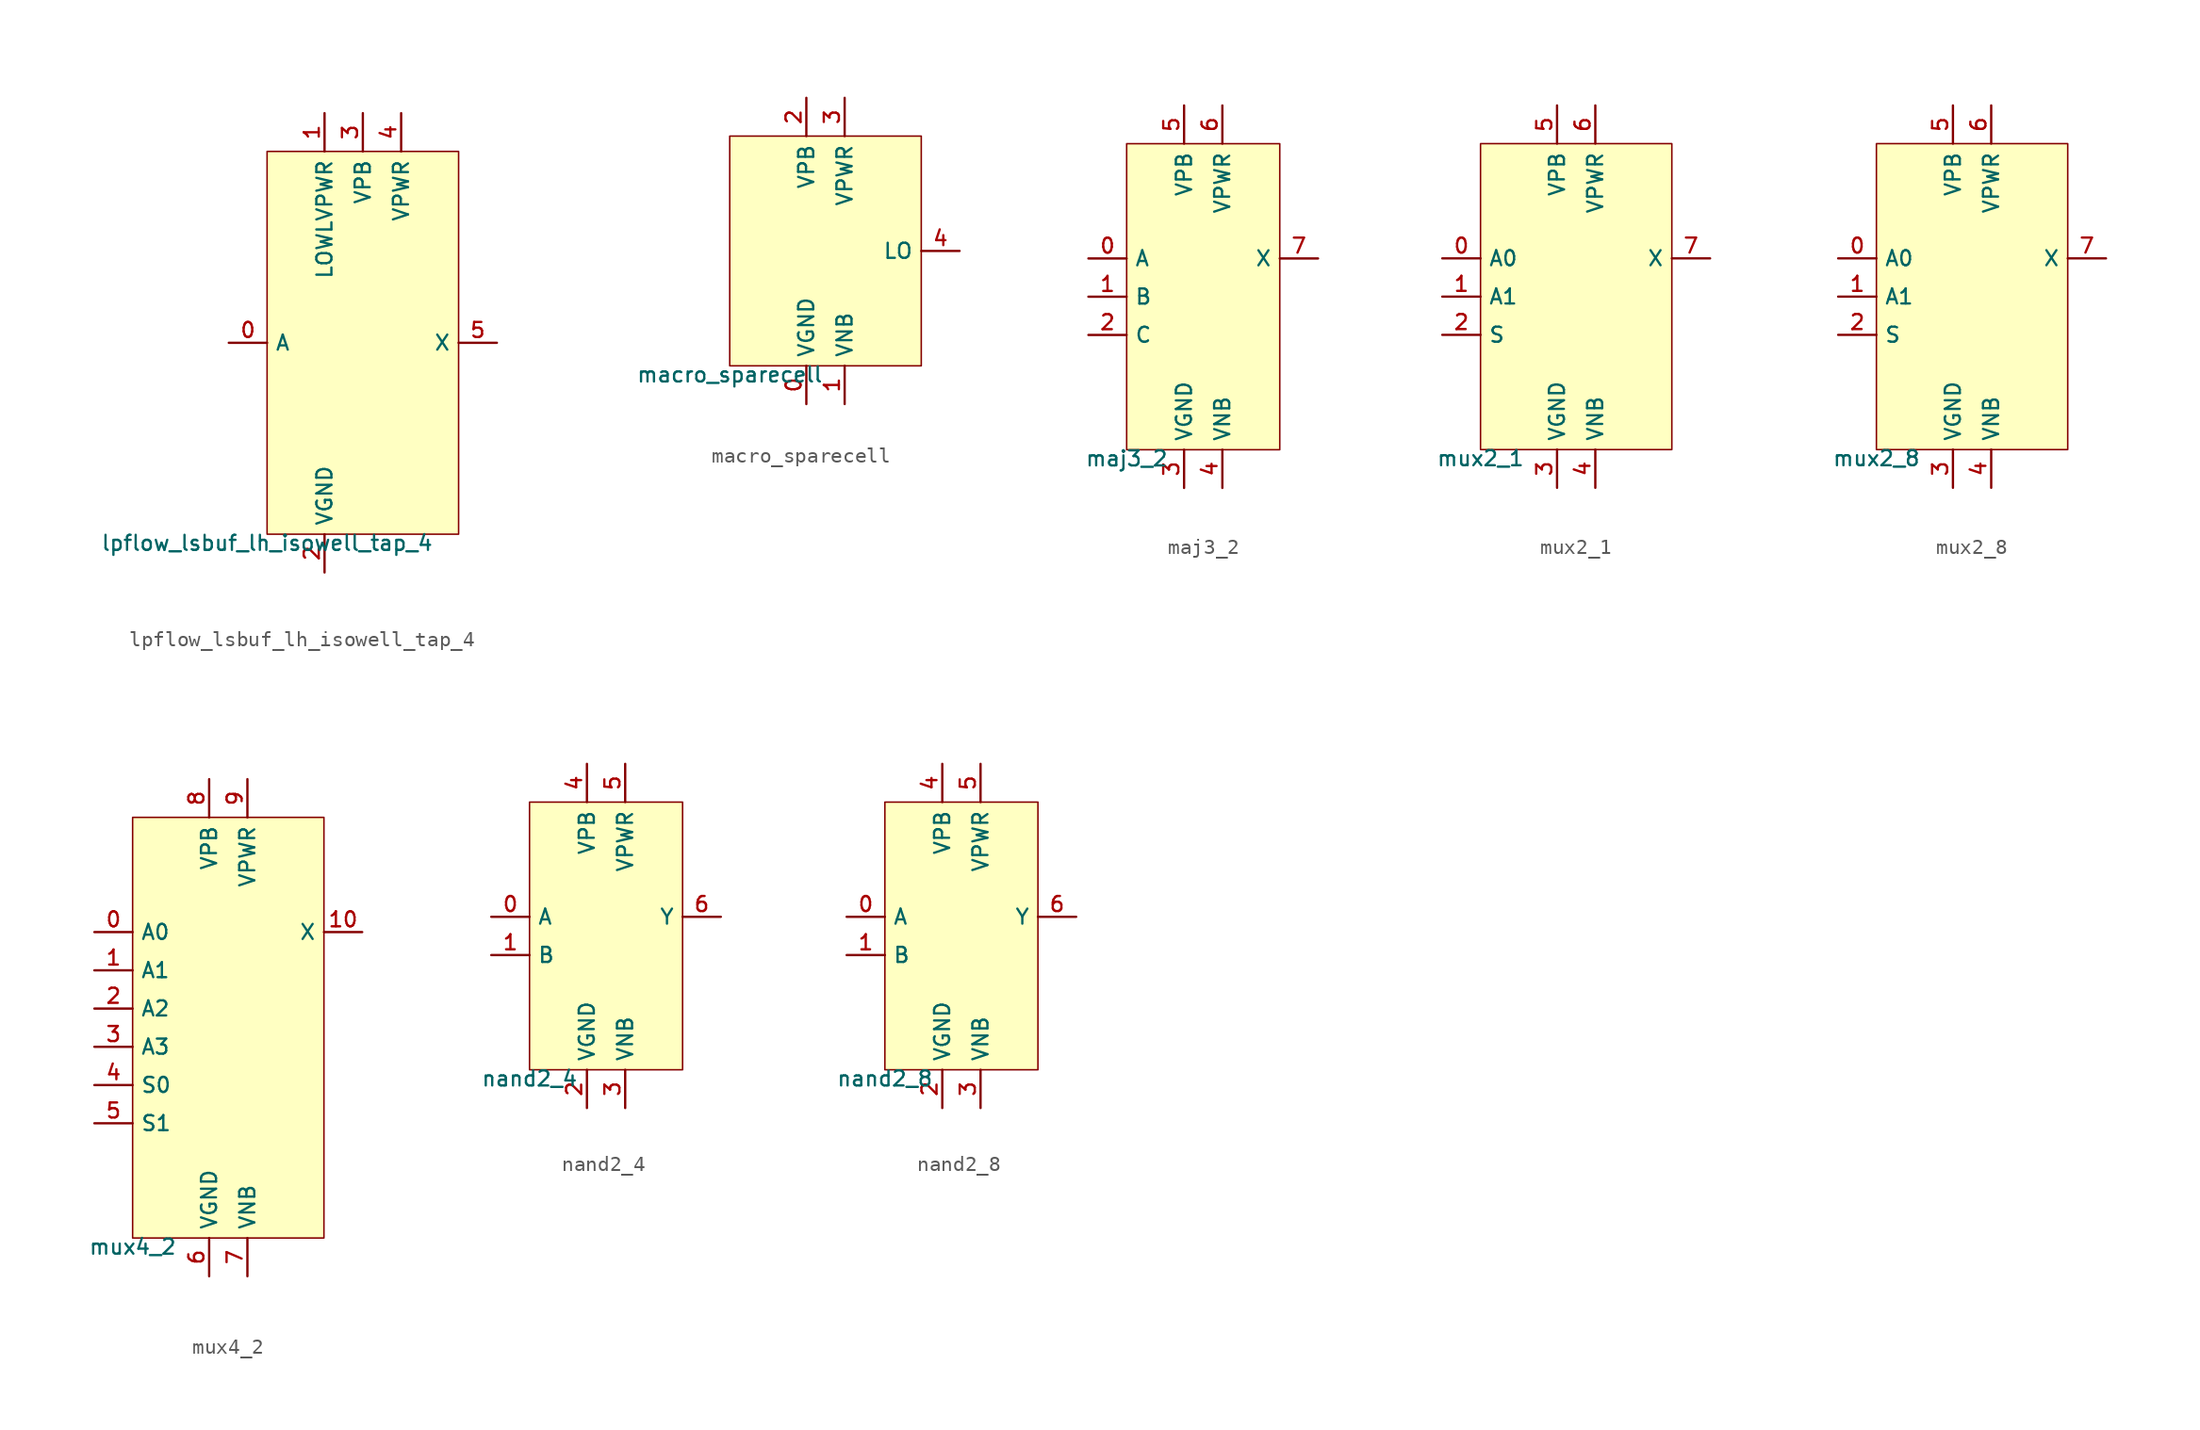
<source format=kicad_sym>
(kicad_symbol_lib
  (version 20211014)
  (generator pdk2kicad)
  (symbol "lpflow_lsbuf_lh_isowell_tap_4"
    (property "Reference" "X"
      (at 0 0 0)
      (effects (font (size 1 1)) hide))
    (property "Value" "lpflow_lsbuf_lh_isowell_tap_4"
      (at -6.35 -12.7 0)
      (effects (font (size 1 1)) (justify top)))
    (rectangle
      (start -6.35 -12.7)
      (end 6.35 12.7)
      (stroke (width 0.1) (type solid) (color 0 0 0 0))
      (fill (type background)))
    (pin input line
      (at -8.89 0.0 0)
      (length 2.54)
      (name "A" (effects (font (size 1 1)) hide))
      (number "0" (effects (font (size 1 1)) hide)))
    (pin power_in line
      (at -2.54 15.24 270)
      (length 2.54)
      (name "LOWLVPWR" (effects (font (size 1 1)) hide))
      (number "1" (effects (font (size 1 1)) hide)))
    (pin power_in line
      (at -2.54 -15.24 90)
      (length 2.54)
      (name "VGND" (effects (font (size 1 1)) hide))
      (number "2" (effects (font (size 1 1)) hide)))
    (pin power_in line
      (at 4.440892098500626e-16 15.24 270)
      (length 2.54)
      (name "VPB" (effects (font (size 1 1)) hide))
      (number "3" (effects (font (size 1 1)) hide)))
    (pin power_in line
      (at 2.54 15.24 270)
      (length 2.54)
      (name "VPWR" (effects (font (size 1 1)) hide))
      (number "4" (effects (font (size 1 1)) hide)))
    (pin output line
      (at 8.89 0.0 180)
      (length 2.54)
      (name "X" (effects (font (size 1 1)) hide))
      (number "5" (effects (font (size 1 1)) hide))))
  (symbol "macro_sparecell"
    (property "Reference" "X"
      (at 0 0 0)
      (effects (font (size 1 1)) hide))
    (property "Value" "macro_sparecell"
      (at -6.35 -7.62 0)
      (effects (font (size 1 1)) (justify top)))
    (rectangle
      (start -6.35 -7.62)
      (end 6.35 7.62)
      (stroke (width 0.1) (type solid) (color 0 0 0 0))
      (fill (type background)))
    (pin power_in line
      (at -1.27 -10.16 90)
      (length 2.54)
      (name "VGND" (effects (font (size 1 1)) hide))
      (number "0" (effects (font (size 1 1)) hide)))
    (pin power_in line
      (at 1.27 -10.16 90)
      (length 2.54)
      (name "VNB" (effects (font (size 1 1)) hide))
      (number "1" (effects (font (size 1 1)) hide)))
    (pin power_in line
      (at -1.27 10.16 270)
      (length 2.54)
      (name "VPB" (effects (font (size 1 1)) hide))
      (number "2" (effects (font (size 1 1)) hide)))
    (pin power_in line
      (at 1.27 10.16 270)
      (length 2.54)
      (name "VPWR" (effects (font (size 1 1)) hide))
      (number "3" (effects (font (size 1 1)) hide)))
    (pin output line
      (at 8.89 0.0 180)
      (length 2.54)
      (name "LO" (effects (font (size 1 1)) hide))
      (number "4" (effects (font (size 1 1)) hide))))
  (symbol "maj3_2"
    (property "Reference" "X"
      (at 0 0 0)
      (effects (font (size 1 1)) hide))
    (property "Value" "maj3_2"
      (at -5.08 -10.16 0)
      (effects (font (size 1 1)) (justify top)))
    (rectangle
      (start -5.08 -10.16)
      (end 5.08 10.16)
      (stroke (width 0.1) (type solid) (color 0 0 0 0))
      (fill (type background)))
    (pin input line
      (at -7.62 2.54 0)
      (length 2.54)
      (name "A" (effects (font (size 1 1)) hide))
      (number "0" (effects (font (size 1 1)) hide)))
    (pin input line
      (at -7.62 0.0 0)
      (length 2.54)
      (name "B" (effects (font (size 1 1)) hide))
      (number "1" (effects (font (size 1 1)) hide)))
    (pin input line
      (at -7.62 -2.54 0)
      (length 2.54)
      (name "C" (effects (font (size 1 1)) hide))
      (number "2" (effects (font (size 1 1)) hide)))
    (pin power_in line
      (at -1.27 -12.7 90)
      (length 2.54)
      (name "VGND" (effects (font (size 1 1)) hide))
      (number "3" (effects (font (size 1 1)) hide)))
    (pin power_in line
      (at 1.27 -12.7 90)
      (length 2.54)
      (name "VNB" (effects (font (size 1 1)) hide))
      (number "4" (effects (font (size 1 1)) hide)))
    (pin power_in line
      (at -1.27 12.7 270)
      (length 2.54)
      (name "VPB" (effects (font (size 1 1)) hide))
      (number "5" (effects (font (size 1 1)) hide)))
    (pin power_in line
      (at 1.27 12.7 270)
      (length 2.54)
      (name "VPWR" (effects (font (size 1 1)) hide))
      (number "6" (effects (font (size 1 1)) hide)))
    (pin output line
      (at 7.62 2.54 180)
      (length 2.54)
      (name "X" (effects (font (size 1 1)) hide))
      (number "7" (effects (font (size 1 1)) hide))))
  (symbol "mux2_1"
    (property "Reference" "X"
      (at 0 0 0)
      (effects (font (size 1 1)) hide))
    (property "Value" "mux2_1"
      (at -6.35 -10.16 0)
      (effects (font (size 1 1)) (justify top)))
    (rectangle
      (start -6.35 -10.16)
      (end 6.35 10.16)
      (stroke (width 0.1) (type solid) (color 0 0 0 0))
      (fill (type background)))
    (pin input line
      (at -8.89 2.54 0)
      (length 2.54)
      (name "A0" (effects (font (size 1 1)) hide))
      (number "0" (effects (font (size 1 1)) hide)))
    (pin input line
      (at -8.89 0.0 0)
      (length 2.54)
      (name "A1" (effects (font (size 1 1)) hide))
      (number "1" (effects (font (size 1 1)) hide)))
    (pin input line
      (at -8.89 -2.54 0)
      (length 2.54)
      (name "S" (effects (font (size 1 1)) hide))
      (number "2" (effects (font (size 1 1)) hide)))
    (pin power_in line
      (at -1.27 -12.7 90)
      (length 2.54)
      (name "VGND" (effects (font (size 1 1)) hide))
      (number "3" (effects (font (size 1 1)) hide)))
    (pin power_in line
      (at 1.27 -12.7 90)
      (length 2.54)
      (name "VNB" (effects (font (size 1 1)) hide))
      (number "4" (effects (font (size 1 1)) hide)))
    (pin power_in line
      (at -1.27 12.7 270)
      (length 2.54)
      (name "VPB" (effects (font (size 1 1)) hide))
      (number "5" (effects (font (size 1 1)) hide)))
    (pin power_in line
      (at 1.27 12.7 270)
      (length 2.54)
      (name "VPWR" (effects (font (size 1 1)) hide))
      (number "6" (effects (font (size 1 1)) hide)))
    (pin output line
      (at 8.89 2.54 180)
      (length 2.54)
      (name "X" (effects (font (size 1 1)) hide))
      (number "7" (effects (font (size 1 1)) hide))))
  (symbol "mux2_8"
    (property "Reference" "X"
      (at 0 0 0)
      (effects (font (size 1 1)) hide))
    (property "Value" "mux2_8"
      (at -6.35 -10.16 0)
      (effects (font (size 1 1)) (justify top)))
    (rectangle
      (start -6.35 -10.16)
      (end 6.35 10.16)
      (stroke (width 0.1) (type solid) (color 0 0 0 0))
      (fill (type background)))
    (pin input line
      (at -8.89 2.54 0)
      (length 2.54)
      (name "A0" (effects (font (size 1 1)) hide))
      (number "0" (effects (font (size 1 1)) hide)))
    (pin input line
      (at -8.89 0.0 0)
      (length 2.54)
      (name "A1" (effects (font (size 1 1)) hide))
      (number "1" (effects (font (size 1 1)) hide)))
    (pin input line
      (at -8.89 -2.54 0)
      (length 2.54)
      (name "S" (effects (font (size 1 1)) hide))
      (number "2" (effects (font (size 1 1)) hide)))
    (pin power_in line
      (at -1.27 -12.7 90)
      (length 2.54)
      (name "VGND" (effects (font (size 1 1)) hide))
      (number "3" (effects (font (size 1 1)) hide)))
    (pin power_in line
      (at 1.27 -12.7 90)
      (length 2.54)
      (name "VNB" (effects (font (size 1 1)) hide))
      (number "4" (effects (font (size 1 1)) hide)))
    (pin power_in line
      (at -1.27 12.7 270)
      (length 2.54)
      (name "VPB" (effects (font (size 1 1)) hide))
      (number "5" (effects (font (size 1 1)) hide)))
    (pin power_in line
      (at 1.27 12.7 270)
      (length 2.54)
      (name "VPWR" (effects (font (size 1 1)) hide))
      (number "6" (effects (font (size 1 1)) hide)))
    (pin output line
      (at 8.89 2.54 180)
      (length 2.54)
      (name "X" (effects (font (size 1 1)) hide))
      (number "7" (effects (font (size 1 1)) hide))))
  (symbol "mux4_2"
    (property "Reference" "X"
      (at 0 0 0)
      (effects (font (size 1 1)) hide))
    (property "Value" "mux4_2"
      (at -6.35 -13.97 0)
      (effects (font (size 1 1)) (justify top)))
    (rectangle
      (start -6.35 -13.97)
      (end 6.35 13.97)
      (stroke (width 0.1) (type solid) (color 0 0 0 0))
      (fill (type background)))
    (pin input line
      (at -8.89 6.35 0)
      (length 2.54)
      (name "A0" (effects (font (size 1 1)) hide))
      (number "0" (effects (font (size 1 1)) hide)))
    (pin input line
      (at -8.89 3.81 0)
      (length 2.54)
      (name "A1" (effects (font (size 1 1)) hide))
      (number "1" (effects (font (size 1 1)) hide)))
    (pin input line
      (at -8.89 1.27 0)
      (length 2.54)
      (name "A2" (effects (font (size 1 1)) hide))
      (number "2" (effects (font (size 1 1)) hide)))
    (pin input line
      (at -8.89 -1.27 0)
      (length 2.54)
      (name "A3" (effects (font (size 1 1)) hide))
      (number "3" (effects (font (size 1 1)) hide)))
    (pin input line
      (at -8.89 -3.81 0)
      (length 2.54)
      (name "S0" (effects (font (size 1 1)) hide))
      (number "4" (effects (font (size 1 1)) hide)))
    (pin input line
      (at -8.89 -6.35 0)
      (length 2.54)
      (name "S1" (effects (font (size 1 1)) hide))
      (number "5" (effects (font (size 1 1)) hide)))
    (pin power_in line
      (at -1.27 -16.51 90)
      (length 2.54)
      (name "VGND" (effects (font (size 1 1)) hide))
      (number "6" (effects (font (size 1 1)) hide)))
    (pin power_in line
      (at 1.27 -16.51 90)
      (length 2.54)
      (name "VNB" (effects (font (size 1 1)) hide))
      (number "7" (effects (font (size 1 1)) hide)))
    (pin power_in line
      (at -1.27 16.51 270)
      (length 2.54)
      (name "VPB" (effects (font (size 1 1)) hide))
      (number "8" (effects (font (size 1 1)) hide)))
    (pin power_in line
      (at 1.27 16.51 270)
      (length 2.54)
      (name "VPWR" (effects (font (size 1 1)) hide))
      (number "9" (effects (font (size 1 1)) hide)))
    (pin output line
      (at 8.89 6.35 180)
      (length 2.54)
      (name "X" (effects (font (size 1 1)) hide))
      (number "10" (effects (font (size 1 1)) hide))))
  (symbol "nand2_4"
    (property "Reference" "X"
      (at 0 0 0)
      (effects (font (size 1 1)) hide))
    (property "Value" "nand2_4"
      (at -5.08 -8.89 0)
      (effects (font (size 1 1)) (justify top)))
    (rectangle
      (start -5.08 -8.89)
      (end 5.08 8.89)
      (stroke (width 0.1) (type solid) (color 0 0 0 0))
      (fill (type background)))
    (pin input line
      (at -7.62 1.27 0)
      (length 2.54)
      (name "A" (effects (font (size 1 1)) hide))
      (number "0" (effects (font (size 1 1)) hide)))
    (pin input line
      (at -7.62 -1.27 0)
      (length 2.54)
      (name "B" (effects (font (size 1 1)) hide))
      (number "1" (effects (font (size 1 1)) hide)))
    (pin power_in line
      (at -1.27 -11.43 90)
      (length 2.54)
      (name "VGND" (effects (font (size 1 1)) hide))
      (number "2" (effects (font (size 1 1)) hide)))
    (pin power_in line
      (at 1.27 -11.43 90)
      (length 2.54)
      (name "VNB" (effects (font (size 1 1)) hide))
      (number "3" (effects (font (size 1 1)) hide)))
    (pin power_in line
      (at -1.27 11.43 270)
      (length 2.54)
      (name "VPB" (effects (font (size 1 1)) hide))
      (number "4" (effects (font (size 1 1)) hide)))
    (pin power_in line
      (at 1.27 11.43 270)
      (length 2.54)
      (name "VPWR" (effects (font (size 1 1)) hide))
      (number "5" (effects (font (size 1 1)) hide)))
    (pin output line
      (at 7.62 1.27 180)
      (length 2.54)
      (name "Y" (effects (font (size 1 1)) hide))
      (number "6" (effects (font (size 1 1)) hide))))
  (symbol "nand2_8"
    (property "Reference" "X"
      (at 0 0 0)
      (effects (font (size 1 1)) hide))
    (property "Value" "nand2_8"
      (at -5.08 -8.89 0)
      (effects (font (size 1 1)) (justify top)))
    (rectangle
      (start -5.08 -8.89)
      (end 5.08 8.89)
      (stroke (width 0.1) (type solid) (color 0 0 0 0))
      (fill (type background)))
    (pin input line
      (at -7.62 1.27 0)
      (length 2.54)
      (name "A" (effects (font (size 1 1)) hide))
      (number "0" (effects (font (size 1 1)) hide)))
    (pin input line
      (at -7.62 -1.27 0)
      (length 2.54)
      (name "B" (effects (font (size 1 1)) hide))
      (number "1" (effects (font (size 1 1)) hide)))
    (pin power_in line
      (at -1.27 -11.43 90)
      (length 2.54)
      (name "VGND" (effects (font (size 1 1)) hide))
      (number "2" (effects (font (size 1 1)) hide)))
    (pin power_in line
      (at 1.27 -11.43 90)
      (length 2.54)
      (name "VNB" (effects (font (size 1 1)) hide))
      (number "3" (effects (font (size 1 1)) hide)))
    (pin power_in line
      (at -1.27 11.43 270)
      (length 2.54)
      (name "VPB" (effects (font (size 1 1)) hide))
      (number "4" (effects (font (size 1 1)) hide)))
    (pin power_in line
      (at 1.27 11.43 270)
      (length 2.54)
      (name "VPWR" (effects (font (size 1 1)) hide))
      (number "5" (effects (font (size 1 1)) hide)))
    (pin output line
      (at 7.62 1.27 180)
      (length 2.54)
      (name "Y" (effects (font (size 1 1)) hide))
      (number "6" (effects (font (size 1 1)) hide)))))
</source>
